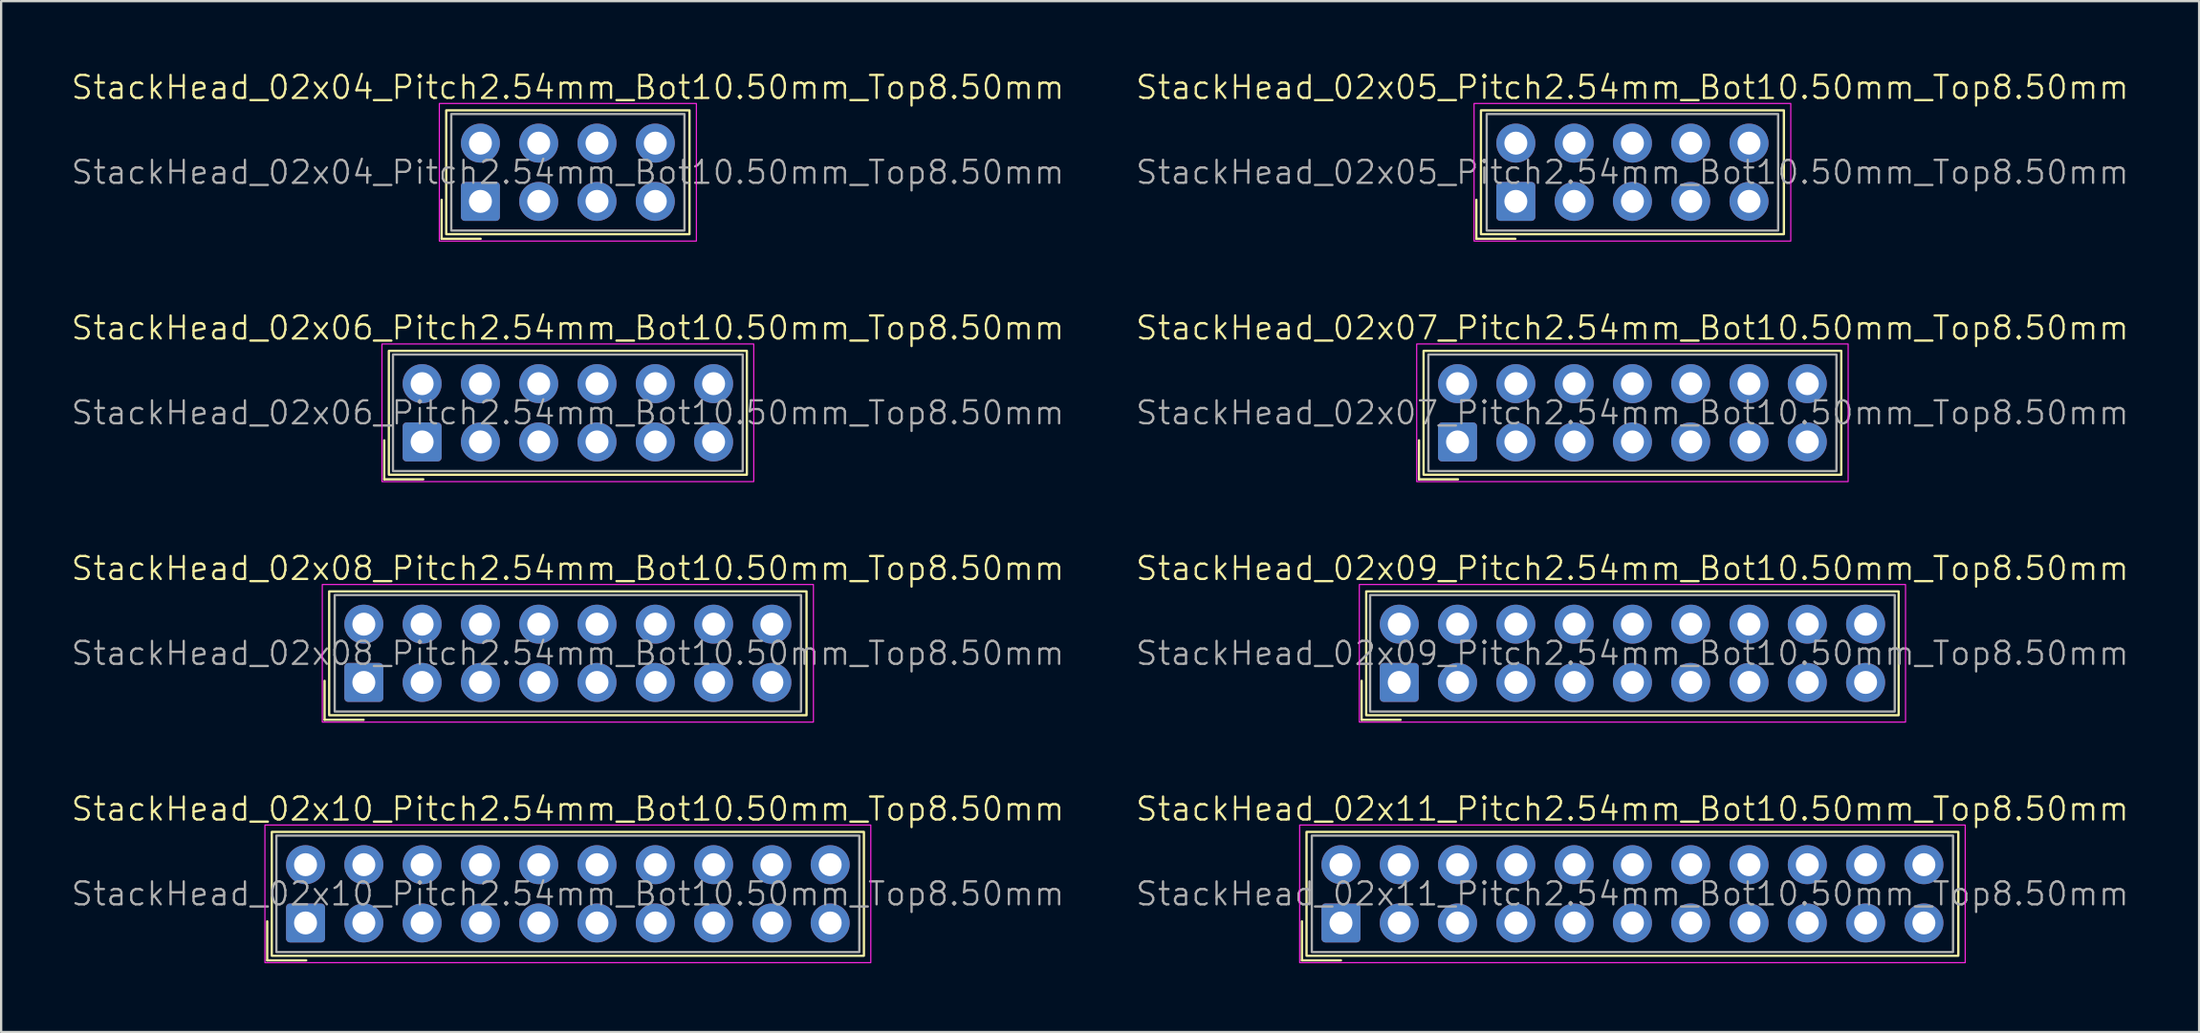
<source format=kicad_pcb>
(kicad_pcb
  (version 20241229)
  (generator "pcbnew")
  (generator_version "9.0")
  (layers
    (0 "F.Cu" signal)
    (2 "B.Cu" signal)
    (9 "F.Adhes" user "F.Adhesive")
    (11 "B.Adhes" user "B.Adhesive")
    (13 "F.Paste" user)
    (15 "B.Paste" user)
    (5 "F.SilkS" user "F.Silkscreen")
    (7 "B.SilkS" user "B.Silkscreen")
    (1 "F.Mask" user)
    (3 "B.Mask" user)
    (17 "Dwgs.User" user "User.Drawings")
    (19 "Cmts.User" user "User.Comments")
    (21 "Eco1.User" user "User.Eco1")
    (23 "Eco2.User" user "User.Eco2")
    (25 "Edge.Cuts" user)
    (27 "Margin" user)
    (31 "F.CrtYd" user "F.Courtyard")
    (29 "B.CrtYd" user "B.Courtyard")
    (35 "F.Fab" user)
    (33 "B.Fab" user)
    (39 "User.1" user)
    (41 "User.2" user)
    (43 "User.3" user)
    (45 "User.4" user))
  (footprint "StackHead_02x06_Pitch2.54mm_Bot10.50mm_Top8.50mm"
    (layer "F.Cu")
    (at 21.693 14.946)
    (property "Reference" "StackHead_02x06_Pitch2.54mm_Bot10.50mm_Top8.50mm" (at 0 -3.7 0) (unlocked yes) (layer "F.SilkS") (effects (font (size 1 1) (thickness 0.1))))
    (attr through_hole)
    (fp_line (start -8 1.2) (end -8 2.9) (stroke (width 0.1) (type default)) (layer "F.SilkS"))
    (fp_line (start -8 2.9) (end -6.3 2.9) (stroke (width 0.1) (type default)) (layer "F.SilkS"))
    (fp_rect (start -7.8 -2.7) (end 7.8 2.7) (stroke (width 0.1) (type default)) (fill no) (layer "F.SilkS"))
    (fp_rect (start -8.1 -3) (end 8.1 3) (stroke (width 0.05) (type default)) (fill no) (layer "F.CrtYd"))
    (fp_rect (start -7.62 -2.54) (end 7.62 2.54) (stroke (width 0.1) (type default)) (fill no) (layer "F.Fab"))
    (fp_text user "${REFERENCE}" (at 0 0 0) (unlocked yes) (layer "F.Fab") (effects (font (size 1 1) (thickness 0.1))))
    (pad "1" thru_hole roundrect (at -6.35 1.27) (size 1.7 1.7) (drill 1) (layers "*.Cu" "*.Mask") (roundrect_rratio 0.1))
    (pad "2" thru_hole circle (at -6.35 -1.27) (size 1.7 1.7) (drill 1) (layers "*.Cu" "*.Mask"))
    (pad "3" thru_hole circle (at -3.81 1.27) (size 1.7 1.7) (drill 1) (layers "*.Cu" "*.Mask"))
    (pad "4" thru_hole circle (at -3.81 -1.27) (size 1.7 1.7) (drill 1) (layers "*.Cu" "*.Mask"))
    (pad "5" thru_hole circle (at -1.27 1.27) (size 1.7 1.7) (drill 1) (layers "*.Cu" "*.Mask"))
    (pad "6" thru_hole circle (at -1.27 -1.27) (size 1.7 1.7) (drill 1) (layers "*.Cu" "*.Mask"))
    (pad "7" thru_hole circle (at 1.27 1.27) (size 1.7 1.7) (drill 1) (layers "*.Cu" "*.Mask"))
    (pad "8" thru_hole circle (at 1.27 -1.27) (size 1.7 1.7) (drill 1) (layers "*.Cu" "*.Mask"))
    (pad "9" thru_hole circle (at 3.81 1.27) (size 1.7 1.7) (drill 1) (layers "*.Cu" "*.Mask"))
    (pad "10" thru_hole circle (at 3.81 -1.27) (size 1.7 1.7) (drill 1) (layers "*.Cu" "*.Mask"))
    (pad "11" thru_hole circle (at 6.35 1.27) (size 1.7 1.7) (drill 1) (layers "*.Cu" "*.Mask"))
    (pad "12" thru_hole circle (at 6.35 -1.27) (size 1.7 1.7) (drill 1) (layers "*.Cu" "*.Mask")))
  (footprint "StackHead_02x07_Pitch2.54mm_Bot10.50mm_Top8.50mm"
    (layer "F.Cu")
    (at 68.079 14.946)
    (property "Reference" "StackHead_02x07_Pitch2.54mm_Bot10.50mm_Top8.50mm" (at 0 -3.7 0) (unlocked yes) (layer "F.SilkS") (effects (font (size 1 1) (thickness 0.1))))
    (attr through_hole)
    (fp_line (start -9.3 1.2) (end -9.3 2.9) (stroke (width 0.1) (type default)) (layer "F.SilkS"))
    (fp_line (start -9.3 2.9) (end -7.6 2.9) (stroke (width 0.1) (type default)) (layer "F.SilkS"))
    (fp_rect (start -9.1 -2.7) (end 9.1 2.7) (stroke (width 0.1) (type default)) (fill no) (layer "F.SilkS"))
    (fp_rect (start -9.4 -3) (end 9.4 3) (stroke (width 0.05) (type default)) (fill no) (layer "F.CrtYd"))
    (fp_rect (start -8.89 -2.54) (end 8.89 2.54) (stroke (width 0.1) (type default)) (fill no) (layer "F.Fab"))
    (fp_text user "${REFERENCE}" (at 0 0 0) (unlocked yes) (layer "F.Fab") (effects (font (size 1 1) (thickness 0.1))))
    (pad "1" thru_hole roundrect (at -7.62 1.27) (size 1.7 1.7) (drill 1) (layers "*.Cu" "*.Mask") (roundrect_rratio 0.1))
    (pad "2" thru_hole circle (at -7.62 -1.27) (size 1.7 1.7) (drill 1) (layers "*.Cu" "*.Mask"))
    (pad "3" thru_hole circle (at -5.08 1.27) (size 1.7 1.7) (drill 1) (layers "*.Cu" "*.Mask"))
    (pad "4" thru_hole circle (at -5.08 -1.27) (size 1.7 1.7) (drill 1) (layers "*.Cu" "*.Mask"))
    (pad "5" thru_hole circle (at -2.54 1.27) (size 1.7 1.7) (drill 1) (layers "*.Cu" "*.Mask"))
    (pad "6" thru_hole circle (at -2.54 -1.27) (size 1.7 1.7) (drill 1) (layers "*.Cu" "*.Mask"))
    (pad "7" thru_hole circle (at 0 1.27) (size 1.7 1.7) (drill 1) (layers "*.Cu" "*.Mask"))
    (pad "8" thru_hole circle (at 0 -1.27) (size 1.7 1.7) (drill 1) (layers "*.Cu" "*.Mask"))
    (pad "9" thru_hole circle (at 2.54 1.27) (size 1.7 1.7) (drill 1) (layers "*.Cu" "*.Mask"))
    (pad "10" thru_hole circle (at 2.54 -1.27) (size 1.7 1.7) (drill 1) (layers "*.Cu" "*.Mask"))
    (pad "11" thru_hole circle (at 5.08 1.27) (size 1.7 1.7) (drill 1) (layers "*.Cu" "*.Mask"))
    (pad "12" thru_hole circle (at 5.08 -1.27) (size 1.7 1.7) (drill 1) (layers "*.Cu" "*.Mask"))
    (pad "13" thru_hole circle (at 7.62 1.27) (size 1.7 1.7) (drill 1) (layers "*.Cu" "*.Mask"))
    (pad "14" thru_hole circle (at 7.62 -1.27) (size 1.7 1.7) (drill 1) (layers "*.Cu" "*.Mask")))
  (footprint "StackHead_02x09_Pitch2.54mm_Bot10.50mm_Top8.50mm"
    (layer "F.Cu")
    (at 68.079 25.431)
    (property "Reference" "StackHead_02x09_Pitch2.54mm_Bot10.50mm_Top8.50mm" (at 0 -3.7 0) (unlocked yes) (layer "F.SilkS") (effects (font (size 1 1) (thickness 0.1))))
    (attr through_hole)
    (fp_line (start -11.8 1.2) (end -11.8 2.9) (stroke (width 0.1) (type default)) (layer "F.SilkS"))
    (fp_line (start -11.8 2.9) (end -10.1 2.9) (stroke (width 0.1) (type default)) (layer "F.SilkS"))
    (fp_rect (start -11.6 -2.7) (end 11.6 2.7) (stroke (width 0.1) (type default)) (fill no) (layer "F.SilkS"))
    (fp_rect (start -11.9 -3) (end 11.9 3) (stroke (width 0.05) (type default)) (fill no) (layer "F.CrtYd"))
    (fp_rect (start -11.43 -2.54) (end 11.43 2.54) (stroke (width 0.1) (type default)) (fill no) (layer "F.Fab"))
    (fp_text user "${REFERENCE}" (at 0 0 0) (unlocked yes) (layer "F.Fab") (effects (font (size 1 1) (thickness 0.1))))
    (pad "1" thru_hole roundrect (at -10.16 1.27) (size 1.7 1.7) (drill 1) (layers "*.Cu" "*.Mask") (roundrect_rratio 0.1))
    (pad "2" thru_hole circle (at -10.16 -1.27) (size 1.7 1.7) (drill 1) (layers "*.Cu" "*.Mask"))
    (pad "3" thru_hole circle (at -7.62 1.27) (size 1.7 1.7) (drill 1) (layers "*.Cu" "*.Mask"))
    (pad "4" thru_hole circle (at -7.62 -1.27) (size 1.7 1.7) (drill 1) (layers "*.Cu" "*.Mask"))
    (pad "5" thru_hole circle (at -5.08 1.27) (size 1.7 1.7) (drill 1) (layers "*.Cu" "*.Mask"))
    (pad "6" thru_hole circle (at -5.08 -1.27) (size 1.7 1.7) (drill 1) (layers "*.Cu" "*.Mask"))
    (pad "7" thru_hole circle (at -2.54 1.27) (size 1.7 1.7) (drill 1) (layers "*.Cu" "*.Mask"))
    (pad "8" thru_hole circle (at -2.54 -1.27) (size 1.7 1.7) (drill 1) (layers "*.Cu" "*.Mask"))
    (pad "9" thru_hole circle (at 0 1.27) (size 1.7 1.7) (drill 1) (layers "*.Cu" "*.Mask"))
    (pad "10" thru_hole circle (at 0 -1.27) (size 1.7 1.7) (drill 1) (layers "*.Cu" "*.Mask"))
    (pad "11" thru_hole circle (at 2.54 1.27) (size 1.7 1.7) (drill 1) (layers "*.Cu" "*.Mask"))
    (pad "12" thru_hole circle (at 2.54 -1.27) (size 1.7 1.7) (drill 1) (layers "*.Cu" "*.Mask"))
    (pad "13" thru_hole circle (at 5.08 1.27) (size 1.7 1.7) (drill 1) (layers "*.Cu" "*.Mask"))
    (pad "14" thru_hole circle (at 5.08 -1.27) (size 1.7 1.7) (drill 1) (layers "*.Cu" "*.Mask"))
    (pad "15" thru_hole circle (at 7.62 1.27) (size 1.7 1.7) (drill 1) (layers "*.Cu" "*.Mask"))
    (pad "16" thru_hole circle (at 7.62 -1.27) (size 1.7 1.7) (drill 1) (layers "*.Cu" "*.Mask"))
    (pad "17" thru_hole circle (at 10.16 1.27) (size 1.7 1.7) (drill 1) (layers "*.Cu" "*.Mask"))
    (pad "18" thru_hole circle (at 10.16 -1.27) (size 1.7 1.7) (drill 1) (layers "*.Cu" "*.Mask")))
  (footprint "StackHead_02x04_Pitch2.54mm_Bot10.50mm_Top8.50mm"
    (layer "F.Cu")
    (at 21.693 4.46)
    (property "Reference" "StackHead_02x04_Pitch2.54mm_Bot10.50mm_Top8.50mm" (at 0 -3.7 0) (unlocked yes) (layer "F.SilkS") (effects (font (size 1 1) (thickness 0.1))))
    (attr through_hole)
    (fp_line (start -5.5 1.2) (end -5.5 2.9) (stroke (width 0.1) (type default)) (layer "F.SilkS"))
    (fp_line (start -5.5 2.9) (end -3.8 2.9) (stroke (width 0.1) (type default)) (layer "F.SilkS"))
    (fp_rect (start -5.3 -2.7) (end 5.3 2.7) (stroke (width 0.1) (type default)) (fill no) (layer "F.SilkS"))
    (fp_rect (start -5.6 -3) (end 5.6 3) (stroke (width 0.05) (type default)) (fill no) (layer "F.CrtYd"))
    (fp_rect (start -5.08 -2.54) (end 5.08 2.54) (stroke (width 0.1) (type default)) (fill no) (layer "F.Fab"))
    (fp_text user "${REFERENCE}" (at 0 0 0) (unlocked yes) (layer "F.Fab") (effects (font (size 1 1) (thickness 0.1))))
    (pad "1" thru_hole roundrect (at -3.81 1.27) (size 1.7 1.7) (drill 1) (layers "*.Cu" "*.Mask") (roundrect_rratio 0.1))
    (pad "2" thru_hole circle (at -3.81 -1.27) (size 1.7 1.7) (drill 1) (layers "*.Cu" "*.Mask"))
    (pad "3" thru_hole circle (at -1.27 1.27) (size 1.7 1.7) (drill 1) (layers "*.Cu" "*.Mask"))
    (pad "4" thru_hole circle (at -1.27 -1.27) (size 1.7 1.7) (drill 1) (layers "*.Cu" "*.Mask"))
    (pad "5" thru_hole circle (at 1.27 1.27) (size 1.7 1.7) (drill 1) (layers "*.Cu" "*.Mask"))
    (pad "6" thru_hole circle (at 1.27 -1.27) (size 1.7 1.7) (drill 1) (layers "*.Cu" "*.Mask"))
    (pad "7" thru_hole circle (at 3.81 1.27) (size 1.7 1.7) (drill 1) (layers "*.Cu" "*.Mask"))
    (pad "8" thru_hole circle (at 3.81 -1.27) (size 1.7 1.7) (drill 1) (layers "*.Cu" "*.Mask")))
  (footprint "StackHead_02x05_Pitch2.54mm_Bot10.50mm_Top8.50mm"
    (layer "F.Cu")
    (at 68.079 4.46)
    (property "Reference" "StackHead_02x05_Pitch2.54mm_Bot10.50mm_Top8.50mm" (at 0 -3.7 0) (unlocked yes) (layer "F.SilkS") (effects (font (size 1 1) (thickness 0.1))))
    (attr through_hole)
    (fp_line (start -6.8 1.2) (end -6.8 2.9) (stroke (width 0.1) (type default)) (layer "F.SilkS"))
    (fp_line (start -6.8 2.9) (end -5.1 2.9) (stroke (width 0.1) (type default)) (layer "F.SilkS"))
    (fp_rect (start -6.6 -2.7) (end 6.6 2.7) (stroke (width 0.1) (type default)) (fill no) (layer "F.SilkS"))
    (fp_rect (start -6.9 -3) (end 6.9 3) (stroke (width 0.05) (type default)) (fill no) (layer "F.CrtYd"))
    (fp_rect (start -6.35 -2.54) (end 6.35 2.54) (stroke (width 0.1) (type default)) (fill no) (layer "F.Fab"))
    (fp_text user "${REFERENCE}" (at 0 0 0) (unlocked yes) (layer "F.Fab") (effects (font (size 1 1) (thickness 0.1))))
    (pad "1" thru_hole roundrect (at -5.08 1.27) (size 1.7 1.7) (drill 1) (layers "*.Cu" "*.Mask") (roundrect_rratio 0.1))
    (pad "2" thru_hole circle (at -5.08 -1.27) (size 1.7 1.7) (drill 1) (layers "*.Cu" "*.Mask"))
    (pad "3" thru_hole circle (at -2.54 1.27) (size 1.7 1.7) (drill 1) (layers "*.Cu" "*.Mask"))
    (pad "4" thru_hole circle (at -2.54 -1.27) (size 1.7 1.7) (drill 1) (layers "*.Cu" "*.Mask"))
    (pad "5" thru_hole circle (at 0 1.27) (size 1.7 1.7) (drill 1) (layers "*.Cu" "*.Mask"))
    (pad "6" thru_hole circle (at 0 -1.27) (size 1.7 1.7) (drill 1) (layers "*.Cu" "*.Mask"))
    (pad "7" thru_hole circle (at 2.54 1.27) (size 1.7 1.7) (drill 1) (layers "*.Cu" "*.Mask"))
    (pad "8" thru_hole circle (at 2.54 -1.27) (size 1.7 1.7) (drill 1) (layers "*.Cu" "*.Mask"))
    (pad "9" thru_hole circle (at 5.08 1.27) (size 1.7 1.7) (drill 1) (layers "*.Cu" "*.Mask"))
    (pad "10" thru_hole circle (at 5.08 -1.27) (size 1.7 1.7) (drill 1) (layers "*.Cu" "*.Mask")))
  (footprint "StackHead_02x11_Pitch2.54mm_Bot10.50mm_Top8.50mm"
    (layer "F.Cu")
    (at 68.079 35.917)
    (property "Reference" "StackHead_02x11_Pitch2.54mm_Bot10.50mm_Top8.50mm" (at 0 -3.7 0) (unlocked yes) (layer "F.SilkS") (effects (font (size 1 1) (thickness 0.1))))
    (attr through_hole)
    (fp_line (start -14.4 1.2) (end -14.4 2.9) (stroke (width 0.1) (type default)) (layer "F.SilkS"))
    (fp_line (start -14.4 2.9) (end -12.7 2.9) (stroke (width 0.1) (type default)) (layer "F.SilkS"))
    (fp_rect (start -14.2 -2.7) (end 14.2 2.7) (stroke (width 0.1) (type default)) (fill no) (layer "F.SilkS"))
    (fp_rect (start -14.5 -3) (end 14.5 3) (stroke (width 0.05) (type default)) (fill no) (layer "F.CrtYd"))
    (fp_rect (start -13.97 -2.54) (end 13.97 2.54) (stroke (width 0.1) (type default)) (fill no) (layer "F.Fab"))
    (fp_text user "${REFERENCE}" (at 0 0 0) (unlocked yes) (layer "F.Fab") (effects (font (size 1 1) (thickness 0.1))))
    (pad "1" thru_hole roundrect (at -12.7 1.27) (size 1.7 1.7) (drill 1) (layers "*.Cu" "*.Mask") (roundrect_rratio 0.1))
    (pad "2" thru_hole circle (at -12.7 -1.27) (size 1.7 1.7) (drill 1) (layers "*.Cu" "*.Mask"))
    (pad "3" thru_hole circle (at -10.16 1.27) (size 1.7 1.7) (drill 1) (layers "*.Cu" "*.Mask"))
    (pad "4" thru_hole circle (at -10.16 -1.27) (size 1.7 1.7) (drill 1) (layers "*.Cu" "*.Mask"))
    (pad "5" thru_hole circle (at -7.62 1.27) (size 1.7 1.7) (drill 1) (layers "*.Cu" "*.Mask"))
    (pad "6" thru_hole circle (at -7.62 -1.27) (size 1.7 1.7) (drill 1) (layers "*.Cu" "*.Mask"))
    (pad "7" thru_hole circle (at -5.08 1.27) (size 1.7 1.7) (drill 1) (layers "*.Cu" "*.Mask"))
    (pad "8" thru_hole circle (at -5.08 -1.27) (size 1.7 1.7) (drill 1) (layers "*.Cu" "*.Mask"))
    (pad "9" thru_hole circle (at -2.54 1.27) (size 1.7 1.7) (drill 1) (layers "*.Cu" "*.Mask"))
    (pad "10" thru_hole circle (at -2.54 -1.27) (size 1.7 1.7) (drill 1) (layers "*.Cu" "*.Mask"))
    (pad "11" thru_hole circle (at 0 1.27) (size 1.7 1.7) (drill 1) (layers "*.Cu" "*.Mask"))
    (pad "12" thru_hole circle (at 0 -1.27) (size 1.7 1.7) (drill 1) (layers "*.Cu" "*.Mask"))
    (pad "13" thru_hole circle (at 2.54 1.27) (size 1.7 1.7) (drill 1) (layers "*.Cu" "*.Mask"))
    (pad "14" thru_hole circle (at 2.54 -1.27) (size 1.7 1.7) (drill 1) (layers "*.Cu" "*.Mask"))
    (pad "15" thru_hole circle (at 5.08 1.27) (size 1.7 1.7) (drill 1) (layers "*.Cu" "*.Mask"))
    (pad "16" thru_hole circle (at 5.08 -1.27) (size 1.7 1.7) (drill 1) (layers "*.Cu" "*.Mask"))
    (pad "17" thru_hole circle (at 7.62 1.27) (size 1.7 1.7) (drill 1) (layers "*.Cu" "*.Mask"))
    (pad "18" thru_hole circle (at 7.62 -1.27) (size 1.7 1.7) (drill 1) (layers "*.Cu" "*.Mask"))
    (pad "19" thru_hole circle (at 10.16 1.27) (size 1.7 1.7) (drill 1) (layers "*.Cu" "*.Mask"))
    (pad "20" thru_hole circle (at 10.16 -1.27) (size 1.7 1.7) (drill 1) (layers "*.Cu" "*.Mask"))
    (pad "21" thru_hole circle (at 12.7 1.27) (size 1.7 1.7) (drill 1) (layers "*.Cu" "*.Mask"))
    (pad "22" thru_hole circle (at 12.7 -1.27) (size 1.7 1.7) (drill 1) (layers "*.Cu" "*.Mask")))
  (footprint "StackHead_02x10_Pitch2.54mm_Bot10.50mm_Top8.50mm"
    (layer "F.Cu")
    (at 21.693 35.917)
    (property "Reference" "StackHead_02x10_Pitch2.54mm_Bot10.50mm_Top8.50mm" (at 0 -3.7 0) (unlocked yes) (layer "F.SilkS") (effects (font (size 1 1) (thickness 0.1))))
    (attr through_hole)
    (fp_line (start -13.1 1.2) (end -13.1 2.9) (stroke (width 0.1) (type default)) (layer "F.SilkS"))
    (fp_line (start -13.1 2.9) (end -11.4 2.9) (stroke (width 0.1) (type default)) (layer "F.SilkS"))
    (fp_rect (start -12.9 -2.7) (end 12.9 2.7) (stroke (width 0.1) (type default)) (fill no) (layer "F.SilkS"))
    (fp_rect (start -13.2 -3) (end 13.2 3) (stroke (width 0.05) (type default)) (fill no) (layer "F.CrtYd"))
    (fp_rect (start -12.7 -2.54) (end 12.7 2.54) (stroke (width 0.1) (type default)) (fill no) (layer "F.Fab"))
    (fp_text user "${REFERENCE}" (at 0 0 0) (unlocked yes) (layer "F.Fab") (effects (font (size 1 1) (thickness 0.1))))
    (pad "1" thru_hole roundrect (at -11.43 1.27) (size 1.7 1.7) (drill 1) (layers "*.Cu" "*.Mask") (roundrect_rratio 0.1))
    (pad "2" thru_hole circle (at -11.43 -1.27) (size 1.7 1.7) (drill 1) (layers "*.Cu" "*.Mask"))
    (pad "3" thru_hole circle (at -8.89 1.27) (size 1.7 1.7) (drill 1) (layers "*.Cu" "*.Mask"))
    (pad "4" thru_hole circle (at -8.89 -1.27) (size 1.7 1.7) (drill 1) (layers "*.Cu" "*.Mask"))
    (pad "5" thru_hole circle (at -6.35 1.27) (size 1.7 1.7) (drill 1) (layers "*.Cu" "*.Mask"))
    (pad "6" thru_hole circle (at -6.35 -1.27) (size 1.7 1.7) (drill 1) (layers "*.Cu" "*.Mask"))
    (pad "7" thru_hole circle (at -3.81 1.27) (size 1.7 1.7) (drill 1) (layers "*.Cu" "*.Mask"))
    (pad "8" thru_hole circle (at -3.81 -1.27) (size 1.7 1.7) (drill 1) (layers "*.Cu" "*.Mask"))
    (pad "9" thru_hole circle (at -1.27 1.27) (size 1.7 1.7) (drill 1) (layers "*.Cu" "*.Mask"))
    (pad "10" thru_hole circle (at -1.27 -1.27) (size 1.7 1.7) (drill 1) (layers "*.Cu" "*.Mask"))
    (pad "11" thru_hole circle (at 1.27 1.27) (size 1.7 1.7) (drill 1) (layers "*.Cu" "*.Mask"))
    (pad "12" thru_hole circle (at 1.27 -1.27) (size 1.7 1.7) (drill 1) (layers "*.Cu" "*.Mask"))
    (pad "13" thru_hole circle (at 3.81 1.27) (size 1.7 1.7) (drill 1) (layers "*.Cu" "*.Mask"))
    (pad "14" thru_hole circle (at 3.81 -1.27) (size 1.7 1.7) (drill 1) (layers "*.Cu" "*.Mask"))
    (pad "15" thru_hole circle (at 6.35 1.27) (size 1.7 1.7) (drill 1) (layers "*.Cu" "*.Mask"))
    (pad "16" thru_hole circle (at 6.35 -1.27) (size 1.7 1.7) (drill 1) (layers "*.Cu" "*.Mask"))
    (pad "17" thru_hole circle (at 8.89 1.27) (size 1.7 1.7) (drill 1) (layers "*.Cu" "*.Mask"))
    (pad "18" thru_hole circle (at 8.89 -1.27) (size 1.7 1.7) (drill 1) (layers "*.Cu" "*.Mask"))
    (pad "19" thru_hole circle (at 11.43 1.27) (size 1.7 1.7) (drill 1) (layers "*.Cu" "*.Mask"))
    (pad "20" thru_hole circle (at 11.43 -1.27) (size 1.7 1.7) (drill 1) (layers "*.Cu" "*.Mask")))
  (footprint "StackHead_02x08_Pitch2.54mm_Bot10.50mm_Top8.50mm"
    (layer "F.Cu")
    (at 21.693 25.431)
    (property "Reference" "StackHead_02x08_Pitch2.54mm_Bot10.50mm_Top8.50mm" (at 0 -3.7 0) (unlocked yes) (layer "F.SilkS") (effects (font (size 1 1) (thickness 0.1))))
    (attr through_hole)
    (fp_line (start -10.6 1.2) (end -10.6 2.9) (stroke (width 0.1) (type default)) (layer "F.SilkS"))
    (fp_line (start -10.6 2.9) (end -8.9 2.9) (stroke (width 0.1) (type default)) (layer "F.SilkS"))
    (fp_rect (start -10.4 -2.7) (end 10.4 2.7) (stroke (width 0.1) (type default)) (fill no) (layer "F.SilkS"))
    (fp_rect (start -10.7 -3) (end 10.7 3) (stroke (width 0.05) (type default)) (fill no) (layer "F.CrtYd"))
    (fp_rect (start -10.16 -2.54) (end 10.16 2.54) (stroke (width 0.1) (type default)) (fill no) (layer "F.Fab"))
    (fp_text user "${REFERENCE}" (at 0 0 0) (unlocked yes) (layer "F.Fab") (effects (font (size 1 1) (thickness 0.1))))
    (pad "1" thru_hole roundrect (at -8.89 1.27) (size 1.7 1.7) (drill 1) (layers "*.Cu" "*.Mask") (roundrect_rratio 0.1))
    (pad "2" thru_hole circle (at -8.89 -1.27) (size 1.7 1.7) (drill 1) (layers "*.Cu" "*.Mask"))
    (pad "3" thru_hole circle (at -6.35 1.27) (size 1.7 1.7) (drill 1) (layers "*.Cu" "*.Mask"))
    (pad "4" thru_hole circle (at -6.35 -1.27) (size 1.7 1.7) (drill 1) (layers "*.Cu" "*.Mask"))
    (pad "5" thru_hole circle (at -3.81 1.27) (size 1.7 1.7) (drill 1) (layers "*.Cu" "*.Mask"))
    (pad "6" thru_hole circle (at -3.81 -1.27) (size 1.7 1.7) (drill 1) (layers "*.Cu" "*.Mask"))
    (pad "7" thru_hole circle (at -1.27 1.27) (size 1.7 1.7) (drill 1) (layers "*.Cu" "*.Mask"))
    (pad "8" thru_hole circle (at -1.27 -1.27) (size 1.7 1.7) (drill 1) (layers "*.Cu" "*.Mask"))
    (pad "9" thru_hole circle (at 1.27 1.27) (size 1.7 1.7) (drill 1) (layers "*.Cu" "*.Mask"))
    (pad "10" thru_hole circle (at 1.27 -1.27) (size 1.7 1.7) (drill 1) (layers "*.Cu" "*.Mask"))
    (pad "11" thru_hole circle (at 3.81 1.27) (size 1.7 1.7) (drill 1) (layers "*.Cu" "*.Mask"))
    (pad "12" thru_hole circle (at 3.81 -1.27) (size 1.7 1.7) (drill 1) (layers "*.Cu" "*.Mask"))
    (pad "13" thru_hole circle (at 6.35 1.27) (size 1.7 1.7) (drill 1) (layers "*.Cu" "*.Mask"))
    (pad "14" thru_hole circle (at 6.35 -1.27) (size 1.7 1.7) (drill 1) (layers "*.Cu" "*.Mask"))
    (pad "15" thru_hole circle (at 8.89 1.27) (size 1.7 1.7) (drill 1) (layers "*.Cu" "*.Mask"))
    (pad "16" thru_hole circle (at 8.89 -1.27) (size 1.7 1.7) (drill 1) (layers "*.Cu" "*.Mask")))
  (gr_rect
    (start -3 -3)
    (end 92.771 41.942)
    (stroke (width 0.1) (type default))
    (fill no)
    (layer "Edge.Cuts")))
</source>
